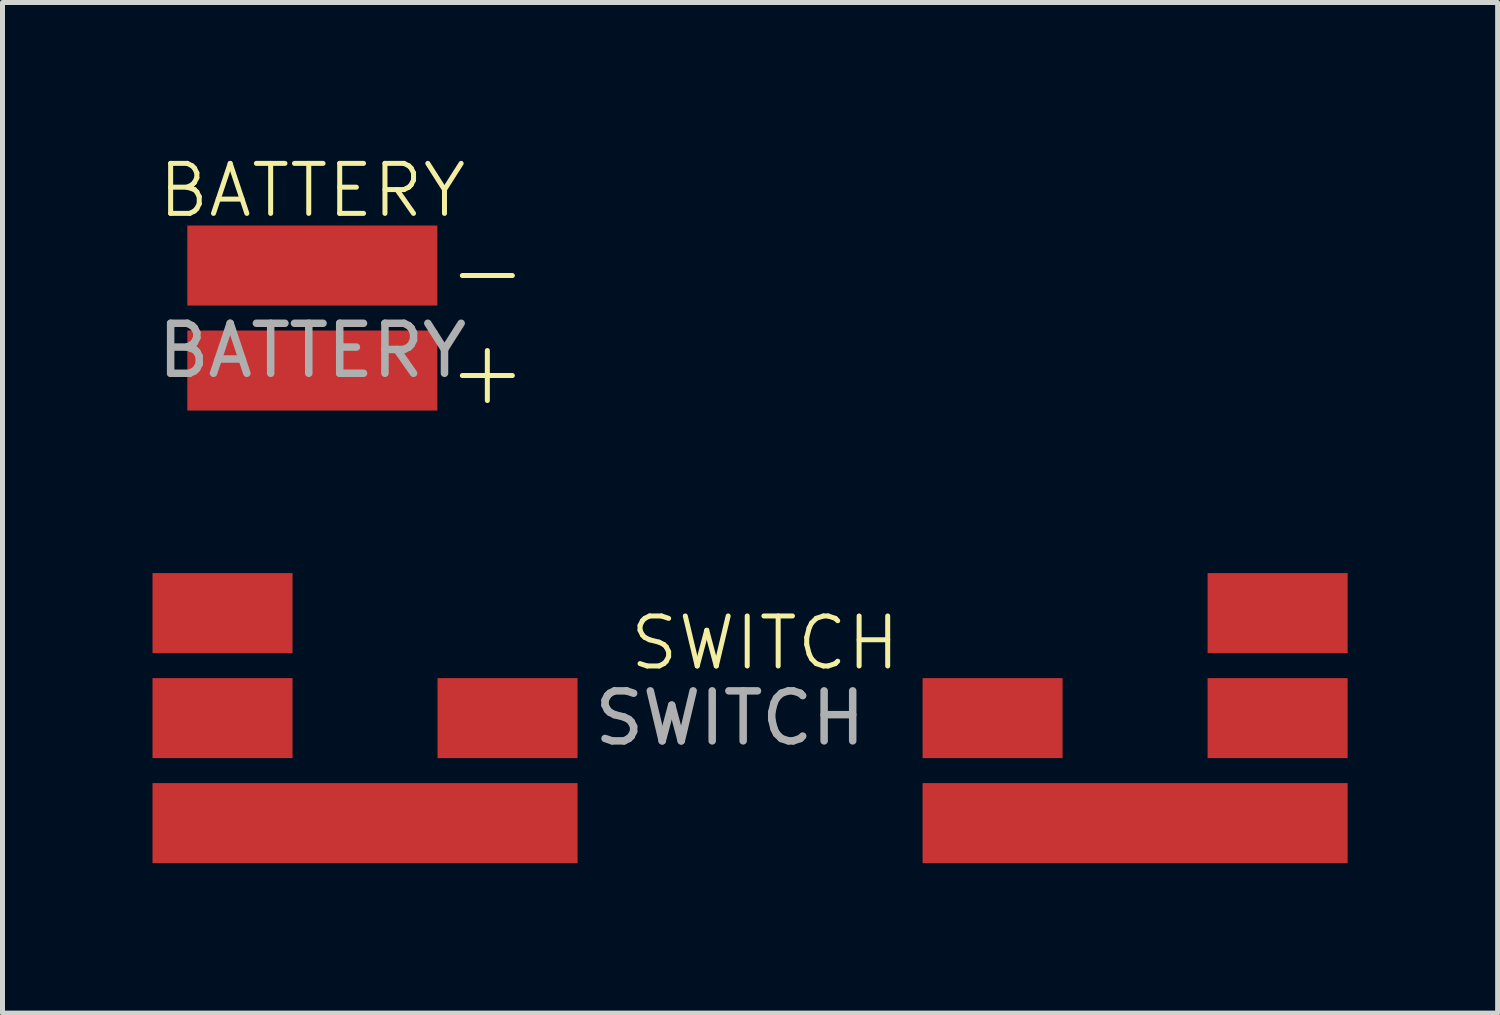
<source format=kicad_pcb>
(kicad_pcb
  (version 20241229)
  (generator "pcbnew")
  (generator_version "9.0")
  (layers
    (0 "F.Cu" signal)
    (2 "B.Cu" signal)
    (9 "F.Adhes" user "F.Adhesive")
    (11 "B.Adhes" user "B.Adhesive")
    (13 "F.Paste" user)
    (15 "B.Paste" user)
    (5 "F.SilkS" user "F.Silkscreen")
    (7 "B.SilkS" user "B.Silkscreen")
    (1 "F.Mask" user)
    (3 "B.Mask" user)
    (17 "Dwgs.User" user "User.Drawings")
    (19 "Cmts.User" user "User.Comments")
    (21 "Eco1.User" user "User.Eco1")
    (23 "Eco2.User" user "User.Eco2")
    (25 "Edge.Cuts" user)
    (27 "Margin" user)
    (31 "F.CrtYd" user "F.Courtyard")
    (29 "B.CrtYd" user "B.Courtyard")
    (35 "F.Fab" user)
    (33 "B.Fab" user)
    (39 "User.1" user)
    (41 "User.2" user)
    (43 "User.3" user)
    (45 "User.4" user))
  (footprint "BATTERY"
    (layer "F.Cu")
    (at 3.196 1.46)
    (property "Reference" "BATTERY" (at 0 -0.7 0) (unlocked yes) (layer "F.SilkS") (effects (font (size 1 1) (thickness 0.1))))
    (attr smd)
    (fp_line (start 3 1) (end 4 1) (stroke (width 0.1) (type default)) (layer "F.SilkS"))
    (fp_line (start 3 3) (end 4 3) (stroke (width 0.1) (type default)) (layer "F.SilkS"))
    (fp_line (start 3.5 3.5) (end 3.5 2.5) (stroke (width 0.1) (type default)) (layer "F.SilkS"))
    (fp_text user "${REFERENCE}" (at 0 2.5 0) (unlocked yes) (layer "F.Fab") (effects (font (size 1 1) (thickness 0.15))))
    (pad "1" smd rect (at 0 2.9) (size 5 1.6) (layers "F.Cu" "F.Mask" "F.Paste"))
    (pad "2" smd rect (at 0 0.8) (size 5 1.6) (layers "F.Cu" "F.Mask" "F.Paste")))
  (footprint "SWITCH"
    (layer "F.Cu")
    (at 12.25 8.411)
    (property "Reference" "SWITCH" (at 0 1.4 0) (unlocked yes) (layer "F.SilkS") (effects (font (size 1 1) (thickness 0.1))))
    (attr smd)
    (fp_text user "${REFERENCE}" (at -0.7 2.9 0) (unlocked yes) (layer "F.Fab") (effects (font (size 1 1) (thickness 0.15))))
    (pad "1" smd rect (at 7.4 5) (size 8.5 1.6) (layers "F.Cu" "F.Mask"))
    (pad "2" smd rect (at 10.25 2.9) (size 2.8 1.6) (layers "F.Cu" "F.Mask"))
    (pad "3" smd rect (at 4.55 2.9) (size 2.8 1.6) (layers "F.Cu" "F.Mask"))
    (pad "4" smd rect (at 10.25 0.8) (size 2.8 1.6) (layers "F.Cu" "F.Mask"))
    (pad "5" smd rect (at -8 5) (size 8.5 1.6) (layers "F.Cu" "F.Mask"))
    (pad "6" smd rect (at -10.85 2.9) (size 2.8 1.6) (layers "F.Cu" "F.Mask"))
    (pad "7" smd rect (at -5.15 2.9) (size 2.8 1.6) (layers "F.Cu" "F.Mask"))
    (pad "8" smd rect (at -10.85 0.8) (size 2.8 1.6) (layers "F.Cu" "F.Mask")))
  (gr_rect
    (start -3 -3)
    (end 26.9 17.21)
    (stroke (width 0.1) (type default))
    (fill no)
    (layer "Edge.Cuts")))
</source>
